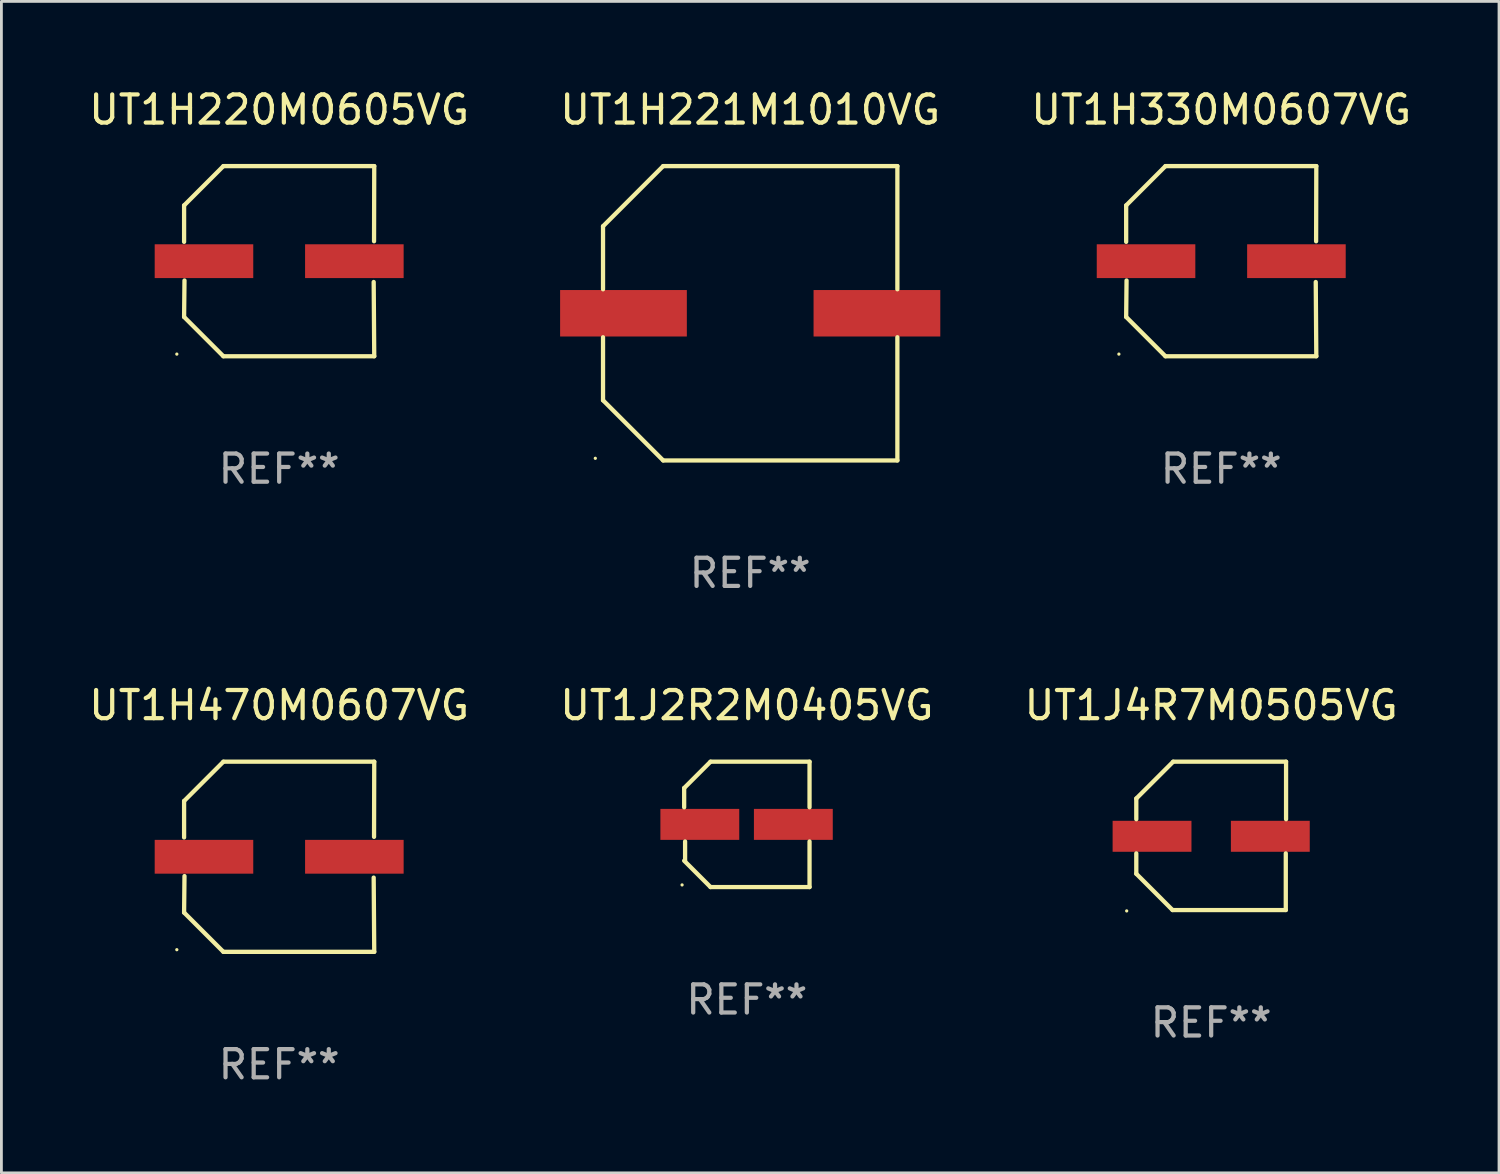
<source format=kicad_pcb>
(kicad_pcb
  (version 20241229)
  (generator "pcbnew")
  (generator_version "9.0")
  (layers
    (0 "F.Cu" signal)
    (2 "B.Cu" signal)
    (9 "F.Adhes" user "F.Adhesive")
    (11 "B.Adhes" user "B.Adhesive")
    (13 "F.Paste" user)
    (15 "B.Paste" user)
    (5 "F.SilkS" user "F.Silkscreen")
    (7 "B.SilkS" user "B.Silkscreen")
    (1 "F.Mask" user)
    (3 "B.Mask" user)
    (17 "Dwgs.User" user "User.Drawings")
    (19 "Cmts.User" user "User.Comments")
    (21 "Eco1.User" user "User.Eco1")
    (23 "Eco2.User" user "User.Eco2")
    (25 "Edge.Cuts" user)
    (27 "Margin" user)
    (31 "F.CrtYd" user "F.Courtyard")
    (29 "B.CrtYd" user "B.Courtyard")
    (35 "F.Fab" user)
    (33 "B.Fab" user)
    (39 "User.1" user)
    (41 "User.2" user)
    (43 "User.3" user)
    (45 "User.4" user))
  (footprint "UT1J4R7M0505VG"
    (layer "F.Cu")
    (at 39.958 26.631)
    (property "Reference" "UT1J4R7M0505VG" (at 0 -4.634 0) (layer "F.SilkS") (effects (font (size 1 1) (thickness 0.15))))
    (attr through_hole)
    (fp_line (start -2.659 -1.326) (end -2.659 -0.592) (stroke (width 0.152) (type solid)) (layer "F.SilkS"))
    (fp_line (start -2.659 1.346) (end -2.659 0.622) (stroke (width 0.152) (type solid)) (layer "F.SilkS"))
    (fp_line (start -1.372 2.634) (end -2.659 1.346) (stroke (width 0.152) (type solid)) (layer "F.SilkS"))
    (fp_line (start -1.349 -2.634) (end -2.659 -1.326) (stroke (width 0.152) (type solid)) (layer "F.SilkS"))
    (fp_line (start 2.649 0.622) (end 2.649 2.634) (stroke (width 0.152) (type solid)) (layer "F.SilkS"))
    (fp_line (start 2.649 2.634) (end -1.372 2.634) (stroke (width 0.152) (type solid)) (layer "F.SilkS"))
    (fp_line (start 2.659 -2.634) (end -1.349 -2.634) (stroke (width 0.152) (type solid)) (layer "F.SilkS"))
    (fp_line (start 2.659 -0.592) (end 2.659 -2.634) (stroke (width 0.152) (type solid)) (layer "F.SilkS"))
    (fp_circle (center -3 2.665) (end -2.97 2.665) (stroke (width 0.06) (type solid)) (fill no) (layer "F.SilkS"))
    (fp_text user "REF**" (at 0 6.634 0) (layer "F.Fab") (effects (font (size 1 1) (thickness 0.15))))
    (pad "1" smd rect (at -2.1 0.015) (size 2.8 1.1) (layers "F.Cu" "F.Mask" "F.Paste"))
    (pad "2" smd rect (at 2.1 0.015) (size 2.8 1.1) (layers "F.Cu" "F.Mask" "F.Paste")))
  (footprint "UT1H221M1010VG"
    (layer "F.Cu")
    (at 23.589 8.074)
    (property "Reference" "UT1H221M1010VG" (at 0 -7.226 0) (layer "F.SilkS") (effects (font (size 1 1) (thickness 0.15))))
    (attr through_hole)
    (fp_line (start -5.226 -3.09) (end -5.226 -0.852) (stroke (width 0.152) (type solid)) (layer "F.SilkS"))
    (fp_line (start -5.226 3.09) (end -5.226 0.852) (stroke (width 0.152) (type solid)) (layer "F.SilkS"))
    (fp_line (start -3.09 -5.226) (end -5.226 -3.09) (stroke (width 0.152) (type solid)) (layer "F.SilkS"))
    (fp_line (start -3.09 5.226) (end -5.226 3.09) (stroke (width 0.152) (type solid)) (layer "F.SilkS"))
    (fp_line (start 5.226 -5.226) (end -3.09 -5.226) (stroke (width 0.152) (type solid)) (layer "F.SilkS"))
    (fp_line (start 5.226 -0.852) (end 5.226 -5.226) (stroke (width 0.152) (type solid)) (layer "F.SilkS"))
    (fp_line (start 5.226 0.852) (end 5.226 5.226) (stroke (width 0.152) (type solid)) (layer "F.SilkS"))
    (fp_line (start 5.226 5.226) (end -3.09 5.226) (stroke (width 0.152) (type solid)) (layer "F.SilkS"))
    (fp_circle (center -5.5 5.15) (end -5.47 5.15) (stroke (width 0.06) (type solid)) (fill no) (layer "F.SilkS"))
    (fp_text user "REF**" (at 0 9.226 0) (layer "F.Fab") (effects (font (size 1 1) (thickness 0.15))))
    (pad "1" smd rect (at -4.5 -0.000025) (size 4.5 1.65) (layers "F.Cu" "F.Mask" "F.Paste"))
    (pad "2" smd rect (at 4.5 -0.000025) (size 4.5 1.65) (layers "F.Cu" "F.Mask" "F.Paste")))
  (footprint "UT1J2R2M0405VG"
    (layer "F.Cu")
    (at 23.47 26.223)
    (property "Reference" "UT1J2R2M0405VG" (at 0 -4.226 0) (layer "F.SilkS") (effects (font (size 1 1) (thickness 0.15))))
    (attr through_hole)
    (fp_line (start -2.226 -1.29) (end -2.226 -0.607) (stroke (width 0.152) (type solid)) (layer "F.SilkS"))
    (fp_line (start -2.193 1.29) (end -2.193 0.607) (stroke (width 0.152) (type solid)) (layer "F.SilkS"))
    (fp_line (start -1.29 2.226) (end -2.226 1.29) (stroke (width 0.152) (type solid)) (layer "F.SilkS"))
    (fp_line (start -1.29 -2.226) (end -2.226 -1.29) (stroke (width 0.152) (type solid)) (layer "F.SilkS"))
    (fp_line (start 2.226 -2.226) (end -1.29 -2.226) (stroke (width 0.152) (type solid)) (layer "F.SilkS"))
    (fp_line (start 2.226 -0.607) (end 2.226 -2.226) (stroke (width 0.152) (type solid)) (layer "F.SilkS"))
    (fp_line (start 2.226 0.607) (end 2.226 2.226) (stroke (width 0.152) (type solid)) (layer "F.SilkS"))
    (fp_line (start 2.226 2.226) (end -1.29 2.226) (stroke (width 0.152) (type solid)) (layer "F.SilkS"))
    (fp_circle (center -2.3 2.15) (end -2.27 2.15) (stroke (width 0.06) (type solid)) (fill no) (layer "F.SilkS"))
    (fp_text user "REF**" (at 0 6.226 0) (layer "F.Fab") (effects (font (size 1 1) (thickness 0.15))))
    (pad "1" smd rect (at -1.67 -0.000025) (size 2.8 1.1) (layers "F.Cu" "F.Mask" "F.Paste"))
    (pad "2" smd rect (at 1.651 -0.000025) (size 2.8 1.1) (layers "F.Cu" "F.Mask" "F.Paste")))
  (footprint "UT1H470M0607VG"
    (layer "F.Cu")
    (at 6.863 27.373)
    (property "Reference" "UT1H470M0607VG" (at 0 -5.376 0) (layer "F.SilkS") (effects (font (size 1 1) (thickness 0.15))))
    (attr through_hole)
    (fp_line (start -3.376 -1.98) (end -3.376 -0.686) (stroke (width 0.152) (type solid)) (layer "F.SilkS"))
    (fp_line (start -3.376 1.981) (end -3.362 0.686) (stroke (width 0.152) (type solid)) (layer "F.SilkS"))
    (fp_line (start -1.981 3.376) (end -3.376 1.981) (stroke (width 0.152) (type solid)) (layer "F.SilkS"))
    (fp_line (start -1.98 -3.376) (end -3.376 -1.98) (stroke (width 0.152) (type solid)) (layer "F.SilkS"))
    (fp_line (start 3.356 0.74) (end 3.376 3.376) (stroke (width 0.152) (type solid)) (layer "F.SilkS"))
    (fp_line (start 3.369 -0.707) (end 3.376 -3.376) (stroke (width 0.152) (type solid)) (layer "F.SilkS"))
    (fp_line (start 3.376 3.376) (end -1.981 3.376) (stroke (width 0.152) (type solid)) (layer "F.SilkS"))
    (fp_line (start 3.376 -3.376) (end -1.98 -3.376) (stroke (width 0.152) (type solid)) (layer "F.SilkS"))
    (fp_circle (center -3.634 3.3) (end -3.604 3.3) (stroke (width 0.06) (type solid)) (fill no) (layer "F.SilkS"))
    (fp_text user "REF**" (at 0 7.376 0) (layer "F.Fab") (effects (font (size 1 1) (thickness 0.15))))
    (pad "1" smd rect (at -2.67 0.000254) (size 3.5 1.2) (layers "F.Cu" "F.Mask" "F.Paste"))
    (pad "2" smd rect (at 2.67 0.000254) (size 3.5 1.2) (layers "F.Cu" "F.Mask" "F.Paste")))
  (footprint "UT1H220M0605VG"
    (layer "F.Cu")
    (at 6.863 6.224)
    (property "Reference" "UT1H220M0605VG" (at 0 -5.376 0) (layer "F.SilkS") (effects (font (size 1 1) (thickness 0.15))))
    (attr through_hole)
    (fp_line (start -3.376 -1.98) (end -3.376 -0.686) (stroke (width 0.152) (type solid)) (layer "F.SilkS"))
    (fp_line (start -3.376 1.981) (end -3.362 0.686) (stroke (width 0.152) (type solid)) (layer "F.SilkS"))
    (fp_line (start -1.981 3.376) (end -3.376 1.981) (stroke (width 0.152) (type solid)) (layer "F.SilkS"))
    (fp_line (start -1.98 -3.376) (end -3.376 -1.98) (stroke (width 0.152) (type solid)) (layer "F.SilkS"))
    (fp_line (start 3.356 0.74) (end 3.376 3.376) (stroke (width 0.152) (type solid)) (layer "F.SilkS"))
    (fp_line (start 3.369 -0.707) (end 3.376 -3.376) (stroke (width 0.152) (type solid)) (layer "F.SilkS"))
    (fp_line (start 3.376 3.376) (end -1.981 3.376) (stroke (width 0.152) (type solid)) (layer "F.SilkS"))
    (fp_line (start 3.376 -3.376) (end -1.98 -3.376) (stroke (width 0.152) (type solid)) (layer "F.SilkS"))
    (fp_circle (center -3.634 3.3) (end -3.604 3.3) (stroke (width 0.06) (type solid)) (fill no) (layer "F.SilkS"))
    (fp_text user "REF**" (at 0 7.376 0) (layer "F.Fab") (effects (font (size 1 1) (thickness 0.15))))
    (pad "1" smd rect (at -2.67 0.000254) (size 3.5 1.2) (layers "F.Cu" "F.Mask" "F.Paste"))
    (pad "2" smd rect (at 2.67 0.000254) (size 3.5 1.2) (layers "F.Cu" "F.Mask" "F.Paste")))
  (footprint "UT1H330M0607VG"
    (layer "F.Cu")
    (at 40.315 6.224)
    (property "Reference" "UT1H330M0607VG" (at 0 -5.376 0) (layer "F.SilkS") (effects (font (size 1 1) (thickness 0.15))))
    (attr through_hole)
    (fp_line (start -3.376 -1.98) (end -3.376 -0.686) (stroke (width 0.152) (type solid)) (layer "F.SilkS"))
    (fp_line (start -3.376 1.981) (end -3.362 0.686) (stroke (width 0.152) (type solid)) (layer "F.SilkS"))
    (fp_line (start -1.981 3.376) (end -3.376 1.981) (stroke (width 0.152) (type solid)) (layer "F.SilkS"))
    (fp_line (start -1.98 -3.376) (end -3.376 -1.98) (stroke (width 0.152) (type solid)) (layer "F.SilkS"))
    (fp_line (start 3.356 0.74) (end 3.376 3.376) (stroke (width 0.152) (type solid)) (layer "F.SilkS"))
    (fp_line (start 3.369 -0.707) (end 3.376 -3.376) (stroke (width 0.152) (type solid)) (layer "F.SilkS"))
    (fp_line (start 3.376 3.376) (end -1.981 3.376) (stroke (width 0.152) (type solid)) (layer "F.SilkS"))
    (fp_line (start 3.376 -3.376) (end -1.98 -3.376) (stroke (width 0.152) (type solid)) (layer "F.SilkS"))
    (fp_circle (center -3.634 3.3) (end -3.604 3.3) (stroke (width 0.06) (type solid)) (fill no) (layer "F.SilkS"))
    (fp_text user "REF**" (at 0 7.376 0) (layer "F.Fab") (effects (font (size 1 1) (thickness 0.15))))
    (pad "1" smd rect (at -2.67 0.000254) (size 3.5 1.2) (layers "F.Cu" "F.Mask" "F.Paste"))
    (pad "2" smd rect (at 2.67 0.000254) (size 3.5 1.2) (layers "F.Cu" "F.Mask" "F.Paste")))
  (gr_rect
    (start -3 -3)
    (end 50.179 38.597)
    (stroke (width 0.1) (type default))
    (fill no)
    (layer "Edge.Cuts")))
</source>
